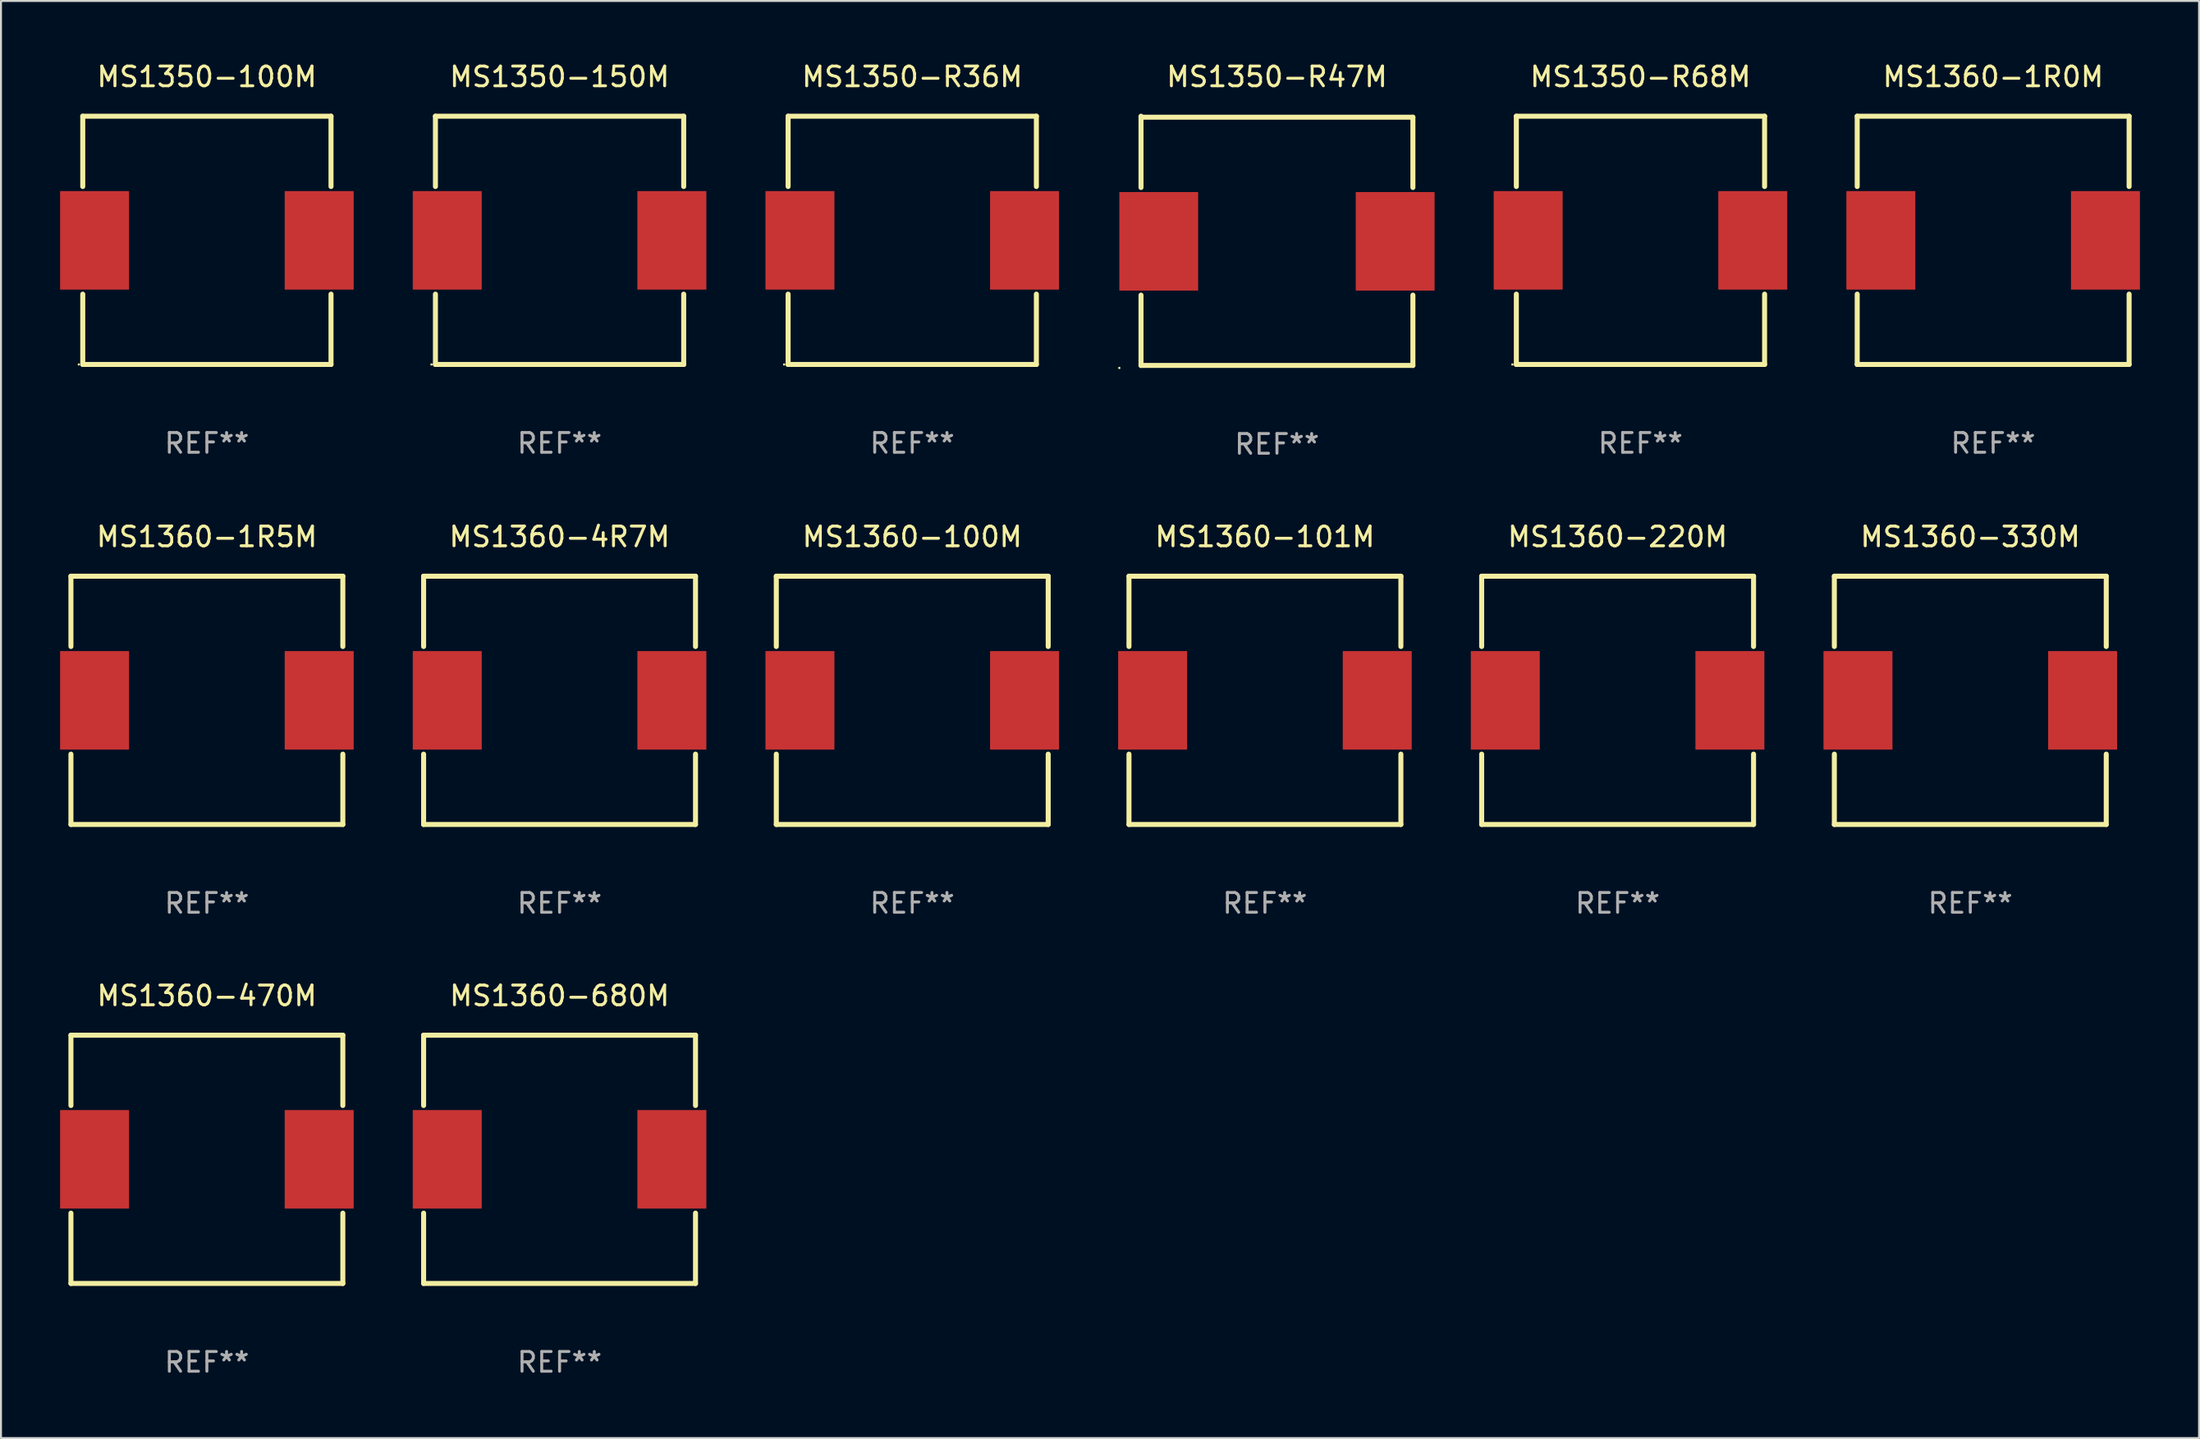
<source format=kicad_pcb>
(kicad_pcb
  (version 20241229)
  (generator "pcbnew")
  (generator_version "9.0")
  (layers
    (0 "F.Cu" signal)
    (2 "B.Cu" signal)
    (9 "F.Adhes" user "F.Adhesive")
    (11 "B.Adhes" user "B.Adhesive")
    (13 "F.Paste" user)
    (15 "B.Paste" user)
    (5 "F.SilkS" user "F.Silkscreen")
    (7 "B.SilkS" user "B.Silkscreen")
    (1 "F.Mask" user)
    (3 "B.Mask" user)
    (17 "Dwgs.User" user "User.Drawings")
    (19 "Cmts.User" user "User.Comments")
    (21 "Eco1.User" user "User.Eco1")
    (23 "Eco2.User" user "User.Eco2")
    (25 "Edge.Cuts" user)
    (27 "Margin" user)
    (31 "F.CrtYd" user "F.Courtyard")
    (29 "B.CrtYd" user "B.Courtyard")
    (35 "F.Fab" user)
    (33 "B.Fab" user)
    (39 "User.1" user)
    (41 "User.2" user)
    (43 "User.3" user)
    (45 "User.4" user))
  (footprint "MS1360-101M"
    (layer "F.Cu")
    (at 61.15 32.495)
    (property "Reference" "MS1360-101M" (at 0 -8.3 0) (layer "F.SilkS") (effects (font (size 1 1) (thickness 0.15))))
    (attr through_hole)
    (fp_line (start -6.9 -6.3) (end -6.9 -2.731) (stroke (width 0.254) (type solid)) (layer "F.SilkS"))
    (fp_line (start -6.9 -6.3) (end 6.9 -6.3) (stroke (width 0.254) (type solid)) (layer "F.SilkS"))
    (fp_line (start -6.9 2.731) (end -6.9 6.3) (stroke (width 0.254) (type solid)) (layer "F.SilkS"))
    (fp_line (start 6.9 -6.3) (end 6.9 -2.731) (stroke (width 0.254) (type solid)) (layer "F.SilkS"))
    (fp_line (start 6.9 2.731) (end 6.9 6.3) (stroke (width 0.254) (type solid)) (layer "F.SilkS"))
    (fp_line (start 6.9 6.3) (end -6.9 6.3) (stroke (width 0.254) (type solid)) (layer "F.SilkS"))
    (fp_circle (center -6.825 6.3) (end -6.795 6.3) (stroke (width 0.06) (type solid)) (fill no) (layer "F.SilkS"))
    (fp_text user "REF**" (at 0 10.3 0) (layer "F.Fab") (effects (font (size 1 1) (thickness 0.15))))
    (pad "1" smd rect (at -5.7 0 90) (size 5 3.5) (layers "F.Cu" "F.Mask" "F.Paste"))
    (pad "2" smd rect (at 5.7 0 90) (size 5 3.5) (layers "F.Cu" "F.Mask" "F.Paste")))
  (footprint "MS1360-4R7M"
    (layer "F.Cu")
    (at 25.35 32.495)
    (property "Reference" "MS1360-4R7M" (at 0 -8.3 0) (layer "F.SilkS") (effects (font (size 1 1) (thickness 0.15))))
    (attr through_hole)
    (fp_line (start -6.9 -6.3) (end -6.9 -2.731) (stroke (width 0.254) (type solid)) (layer "F.SilkS"))
    (fp_line (start -6.9 -6.3) (end 6.9 -6.3) (stroke (width 0.254) (type solid)) (layer "F.SilkS"))
    (fp_line (start -6.9 2.731) (end -6.9 6.3) (stroke (width 0.254) (type solid)) (layer "F.SilkS"))
    (fp_line (start 6.9 -6.3) (end 6.9 -2.731) (stroke (width 0.254) (type solid)) (layer "F.SilkS"))
    (fp_line (start 6.9 2.731) (end 6.9 6.3) (stroke (width 0.254) (type solid)) (layer "F.SilkS"))
    (fp_line (start 6.9 6.3) (end -6.9 6.3) (stroke (width 0.254) (type solid)) (layer "F.SilkS"))
    (fp_circle (center -6.825 6.3) (end -6.795 6.3) (stroke (width 0.06) (type solid)) (fill no) (layer "F.SilkS"))
    (fp_text user "REF**" (at 0 10.3 0) (layer "F.Fab") (effects (font (size 1 1) (thickness 0.15))))
    (pad "1" smd rect (at -5.7 0 90) (size 5 3.5) (layers "F.Cu" "F.Mask" "F.Paste"))
    (pad "2" smd rect (at 5.7 0 90) (size 5 3.5) (layers "F.Cu" "F.Mask" "F.Paste")))
  (footprint "MS1360-220M"
    (layer "F.Cu")
    (at 79.05 32.495)
    (property "Reference" "MS1360-220M" (at 0 -8.3 0) (layer "F.SilkS") (effects (font (size 1 1) (thickness 0.15))))
    (attr through_hole)
    (fp_line (start -6.9 -6.3) (end -6.9 -2.731) (stroke (width 0.254) (type solid)) (layer "F.SilkS"))
    (fp_line (start -6.9 -6.3) (end 6.9 -6.3) (stroke (width 0.254) (type solid)) (layer "F.SilkS"))
    (fp_line (start -6.9 2.731) (end -6.9 6.3) (stroke (width 0.254) (type solid)) (layer "F.SilkS"))
    (fp_line (start 6.9 -6.3) (end 6.9 -2.731) (stroke (width 0.254) (type solid)) (layer "F.SilkS"))
    (fp_line (start 6.9 2.731) (end 6.9 6.3) (stroke (width 0.254) (type solid)) (layer "F.SilkS"))
    (fp_line (start 6.9 6.3) (end -6.9 6.3) (stroke (width 0.254) (type solid)) (layer "F.SilkS"))
    (fp_circle (center -6.825 6.3) (end -6.795 6.3) (stroke (width 0.06) (type solid)) (fill no) (layer "F.SilkS"))
    (fp_text user "REF**" (at 0 10.3 0) (layer "F.Fab") (effects (font (size 1 1) (thickness 0.15))))
    (pad "1" smd rect (at -5.7 0 90) (size 5 3.5) (layers "F.Cu" "F.Mask" "F.Paste"))
    (pad "2" smd rect (at 5.7 0 90) (size 5 3.5) (layers "F.Cu" "F.Mask" "F.Paste")))
  (footprint "MS1360-1R0M"
    (layer "F.Cu")
    (at 98.11 9.148)
    (property "Reference" "MS1360-1R0M" (at 0 -8.3 0) (layer "F.SilkS") (effects (font (size 1 1) (thickness 0.15))))
    (attr through_hole)
    (fp_line (start -6.9 -6.3) (end -6.9 -2.731) (stroke (width 0.254) (type solid)) (layer "F.SilkS"))
    (fp_line (start -6.9 -6.3) (end 6.9 -6.3) (stroke (width 0.254) (type solid)) (layer "F.SilkS"))
    (fp_line (start -6.9 2.731) (end -6.9 6.3) (stroke (width 0.254) (type solid)) (layer "F.SilkS"))
    (fp_line (start 6.9 -6.3) (end 6.9 -2.731) (stroke (width 0.254) (type solid)) (layer "F.SilkS"))
    (fp_line (start 6.9 2.731) (end 6.9 6.3) (stroke (width 0.254) (type solid)) (layer "F.SilkS"))
    (fp_line (start 6.9 6.3) (end -6.9 6.3) (stroke (width 0.254) (type solid)) (layer "F.SilkS"))
    (fp_circle (center -6.825 6.3) (end -6.795 6.3) (stroke (width 0.06) (type solid)) (fill no) (layer "F.SilkS"))
    (fp_text user "REF**" (at 0 10.3 0) (layer "F.Fab") (effects (font (size 1 1) (thickness 0.15))))
    (pad "1" smd rect (at -5.7 0 90) (size 5 3.5) (layers "F.Cu" "F.Mask" "F.Paste"))
    (pad "2" smd rect (at 5.7 0 90) (size 5 3.5) (layers "F.Cu" "F.Mask" "F.Paste")))
  (footprint "MS1360-680M"
    (layer "F.Cu")
    (at 25.35 55.791)
    (property "Reference" "MS1360-680M" (at 0 -8.3 0) (layer "F.SilkS") (effects (font (size 1 1) (thickness 0.15))))
    (attr through_hole)
    (fp_line (start -6.9 -6.3) (end -6.9 -2.731) (stroke (width 0.254) (type solid)) (layer "F.SilkS"))
    (fp_line (start -6.9 -6.3) (end 6.9 -6.3) (stroke (width 0.254) (type solid)) (layer "F.SilkS"))
    (fp_line (start -6.9 2.731) (end -6.9 6.3) (stroke (width 0.254) (type solid)) (layer "F.SilkS"))
    (fp_line (start 6.9 -6.3) (end 6.9 -2.731) (stroke (width 0.254) (type solid)) (layer "F.SilkS"))
    (fp_line (start 6.9 2.731) (end 6.9 6.3) (stroke (width 0.254) (type solid)) (layer "F.SilkS"))
    (fp_line (start 6.9 6.3) (end -6.9 6.3) (stroke (width 0.254) (type solid)) (layer "F.SilkS"))
    (fp_circle (center -6.825 6.3) (end -6.795 6.3) (stroke (width 0.06) (type solid)) (fill no) (layer "F.SilkS"))
    (fp_text user "REF**" (at 0 10.3 0) (layer "F.Fab") (effects (font (size 1 1) (thickness 0.15))))
    (pad "1" smd rect (at -5.7 0 90) (size 5 3.5) (layers "F.Cu" "F.Mask" "F.Paste"))
    (pad "2" smd rect (at 5.7 0 90) (size 5 3.5) (layers "F.Cu" "F.Mask" "F.Paste")))
  (footprint "MS1350-150M"
    (layer "F.Cu")
    (at 25.35 9.148)
    (property "Reference" "MS1350-150M" (at 0 -8.3 0) (layer "F.SilkS") (effects (font (size 1 1) (thickness 0.15))))
    (attr through_hole)
    (fp_line (start -6.3 -6.3) (end 6.3 -6.3) (stroke (width 0.254) (type solid)) (layer "F.SilkS"))
    (fp_line (start -6.3 -2.731) (end -6.3 -6.3) (stroke (width 0.254) (type solid)) (layer "F.SilkS"))
    (fp_line (start -6.3 6.3) (end -6.3 2.731) (stroke (width 0.254) (type solid)) (layer "F.SilkS"))
    (fp_line (start 6.3 -6.3) (end 6.3 -2.731) (stroke (width 0.254) (type solid)) (layer "F.SilkS"))
    (fp_line (start 6.3 2.731) (end 6.3 6.3) (stroke (width 0.254) (type solid)) (layer "F.SilkS"))
    (fp_line (start 6.3 6.3) (end -6.3 6.3) (stroke (width 0.254) (type solid)) (layer "F.SilkS"))
    (fp_circle (center -6.5 6.3) (end -6.47 6.3) (stroke (width 0.06) (type solid)) (fill no) (layer "F.SilkS"))
    (fp_text user "REF**" (at 0 10.3 0) (layer "F.Fab") (effects (font (size 1 1) (thickness 0.15))))
    (pad "1" smd rect (at -5.7 0) (size 3.5 5) (layers "F.Cu" "F.Mask" "F.Paste"))
    (pad "2" smd rect (at 5.7 0) (size 3.5 5) (layers "F.Cu" "F.Mask" "F.Paste")))
  (footprint "MS1360-100M"
    (layer "F.Cu")
    (at 43.25 32.495)
    (property "Reference" "MS1360-100M" (at 0 -8.3 0) (layer "F.SilkS") (effects (font (size 1 1) (thickness 0.15))))
    (attr through_hole)
    (fp_line (start -6.9 -6.3) (end -6.9 -2.731) (stroke (width 0.254) (type solid)) (layer "F.SilkS"))
    (fp_line (start -6.9 -6.3) (end 6.9 -6.3) (stroke (width 0.254) (type solid)) (layer "F.SilkS"))
    (fp_line (start -6.9 2.731) (end -6.9 6.3) (stroke (width 0.254) (type solid)) (layer "F.SilkS"))
    (fp_line (start 6.9 -6.3) (end 6.9 -2.731) (stroke (width 0.254) (type solid)) (layer "F.SilkS"))
    (fp_line (start 6.9 2.731) (end 6.9 6.3) (stroke (width 0.254) (type solid)) (layer "F.SilkS"))
    (fp_line (start 6.9 6.3) (end -6.9 6.3) (stroke (width 0.254) (type solid)) (layer "F.SilkS"))
    (fp_circle (center -6.825 6.3) (end -6.795 6.3) (stroke (width 0.06) (type solid)) (fill no) (layer "F.SilkS"))
    (fp_text user "REF**" (at 0 10.3 0) (layer "F.Fab") (effects (font (size 1 1) (thickness 0.15))))
    (pad "1" smd rect (at -5.7 0 90) (size 5 3.5) (layers "F.Cu" "F.Mask" "F.Paste"))
    (pad "2" smd rect (at 5.7 0 90) (size 5 3.5) (layers "F.Cu" "F.Mask" "F.Paste")))
  (footprint "MS1350-R47M"
    (layer "F.Cu")
    (at 61.76 9.173)
    (property "Reference" "MS1350-R47M" (at 0 -8.325 0) (layer "F.SilkS") (effects (font (size 1 1) (thickness 0.15))))
    (attr through_hole)
    (fp_line (start -6.9 -6.275) (end 6.9 -6.275) (stroke (width 0.254) (type solid)) (layer "F.SilkS"))
    (fp_line (start -6.9 -2.706) (end -6.9 -6.325) (stroke (width 0.254) (type solid)) (layer "F.SilkS"))
    (fp_line (start -6.9 6.325) (end -6.9 2.756) (stroke (width 0.254) (type solid)) (layer "F.SilkS"))
    (fp_line (start 6.9 -2.706) (end 6.9 -6.275) (stroke (width 0.254) (type solid)) (layer "F.SilkS"))
    (fp_line (start 6.9 6.325) (end -6.9 6.325) (stroke (width 0.254) (type solid)) (layer "F.SilkS"))
    (fp_line (start 6.9 6.325) (end 6.9 2.756) (stroke (width 0.254) (type solid)) (layer "F.SilkS"))
    (fp_circle (center -8 6.452) (end -7.97 6.452) (stroke (width 0.06) (type solid)) (fill no) (layer "F.SilkS"))
    (fp_text user "REF**" (at 0 10.325 0) (layer "F.Fab") (effects (font (size 1 1) (thickness 0.15))))
    (pad "1" smd rect (at -6 0.025 90) (size 5 4) (layers "F.Cu" "F.Mask" "F.Paste"))
    (pad "2" smd rect (at 6 0.025 90) (size 5 4) (layers "F.Cu" "F.Mask" "F.Paste")))
  (footprint "MS1360-470M"
    (layer "F.Cu")
    (at 7.45 55.791)
    (property "Reference" "MS1360-470M" (at 0 -8.3 0) (layer "F.SilkS") (effects (font (size 1 1) (thickness 0.15))))
    (attr through_hole)
    (fp_line (start -6.9 -6.3) (end -6.9 -2.731) (stroke (width 0.254) (type solid)) (layer "F.SilkS"))
    (fp_line (start -6.9 -6.3) (end 6.9 -6.3) (stroke (width 0.254) (type solid)) (layer "F.SilkS"))
    (fp_line (start -6.9 2.731) (end -6.9 6.3) (stroke (width 0.254) (type solid)) (layer "F.SilkS"))
    (fp_line (start 6.9 -6.3) (end 6.9 -2.731) (stroke (width 0.254) (type solid)) (layer "F.SilkS"))
    (fp_line (start 6.9 2.731) (end 6.9 6.3) (stroke (width 0.254) (type solid)) (layer "F.SilkS"))
    (fp_line (start 6.9 6.3) (end -6.9 6.3) (stroke (width 0.254) (type solid)) (layer "F.SilkS"))
    (fp_circle (center -6.825 6.3) (end -6.795 6.3) (stroke (width 0.06) (type solid)) (fill no) (layer "F.SilkS"))
    (fp_text user "REF**" (at 0 10.3 0) (layer "F.Fab") (effects (font (size 1 1) (thickness 0.15))))
    (pad "1" smd rect (at -5.7 0 90) (size 5 3.5) (layers "F.Cu" "F.Mask" "F.Paste"))
    (pad "2" smd rect (at 5.7 0 90) (size 5 3.5) (layers "F.Cu" "F.Mask" "F.Paste")))
  (footprint "MS1360-1R5M"
    (layer "F.Cu")
    (at 7.45 32.495)
    (property "Reference" "MS1360-1R5M" (at 0 -8.3 0) (layer "F.SilkS") (effects (font (size 1 1) (thickness 0.15))))
    (attr through_hole)
    (fp_line (start -6.9 -6.3) (end -6.9 -2.731) (stroke (width 0.254) (type solid)) (layer "F.SilkS"))
    (fp_line (start -6.9 -6.3) (end 6.9 -6.3) (stroke (width 0.254) (type solid)) (layer "F.SilkS"))
    (fp_line (start -6.9 2.731) (end -6.9 6.3) (stroke (width 0.254) (type solid)) (layer "F.SilkS"))
    (fp_line (start 6.9 -6.3) (end 6.9 -2.731) (stroke (width 0.254) (type solid)) (layer "F.SilkS"))
    (fp_line (start 6.9 2.731) (end 6.9 6.3) (stroke (width 0.254) (type solid)) (layer "F.SilkS"))
    (fp_line (start 6.9 6.3) (end -6.9 6.3) (stroke (width 0.254) (type solid)) (layer "F.SilkS"))
    (fp_circle (center -6.825 6.3) (end -6.795 6.3) (stroke (width 0.06) (type solid)) (fill no) (layer "F.SilkS"))
    (fp_text user "REF**" (at 0 10.3 0) (layer "F.Fab") (effects (font (size 1 1) (thickness 0.15))))
    (pad "1" smd rect (at -5.7 0 90) (size 5 3.5) (layers "F.Cu" "F.Mask" "F.Paste"))
    (pad "2" smd rect (at 5.7 0 90) (size 5 3.5) (layers "F.Cu" "F.Mask" "F.Paste")))
  (footprint "MS1360-330M"
    (layer "F.Cu")
    (at 96.95 32.495)
    (property "Reference" "MS1360-330M" (at 0 -8.3 0) (layer "F.SilkS") (effects (font (size 1 1) (thickness 0.15))))
    (attr through_hole)
    (fp_line (start -6.9 -6.3) (end -6.9 -2.731) (stroke (width 0.254) (type solid)) (layer "F.SilkS"))
    (fp_line (start -6.9 -6.3) (end 6.9 -6.3) (stroke (width 0.254) (type solid)) (layer "F.SilkS"))
    (fp_line (start -6.9 2.731) (end -6.9 6.3) (stroke (width 0.254) (type solid)) (layer "F.SilkS"))
    (fp_line (start 6.9 -6.3) (end 6.9 -2.731) (stroke (width 0.254) (type solid)) (layer "F.SilkS"))
    (fp_line (start 6.9 2.731) (end 6.9 6.3) (stroke (width 0.254) (type solid)) (layer "F.SilkS"))
    (fp_line (start 6.9 6.3) (end -6.9 6.3) (stroke (width 0.254) (type solid)) (layer "F.SilkS"))
    (fp_circle (center -6.825 6.3) (end -6.795 6.3) (stroke (width 0.06) (type solid)) (fill no) (layer "F.SilkS"))
    (fp_text user "REF**" (at 0 10.3 0) (layer "F.Fab") (effects (font (size 1 1) (thickness 0.15))))
    (pad "1" smd rect (at -5.7 0 90) (size 5 3.5) (layers "F.Cu" "F.Mask" "F.Paste"))
    (pad "2" smd rect (at 5.7 0 90) (size 5 3.5) (layers "F.Cu" "F.Mask" "F.Paste")))
  (footprint "MS1350-R68M"
    (layer "F.Cu")
    (at 80.21 9.148)
    (property "Reference" "MS1350-R68M" (at 0 -8.3 0) (layer "F.SilkS") (effects (font (size 1 1) (thickness 0.15))))
    (attr through_hole)
    (fp_line (start -6.3 -6.3) (end 6.3 -6.3) (stroke (width 0.254) (type solid)) (layer "F.SilkS"))
    (fp_line (start -6.3 -2.731) (end -6.3 -6.3) (stroke (width 0.254) (type solid)) (layer "F.SilkS"))
    (fp_line (start -6.3 6.3) (end -6.3 2.731) (stroke (width 0.254) (type solid)) (layer "F.SilkS"))
    (fp_line (start 6.3 -6.3) (end 6.3 -2.731) (stroke (width 0.254) (type solid)) (layer "F.SilkS"))
    (fp_line (start 6.3 2.731) (end 6.3 6.3) (stroke (width 0.254) (type solid)) (layer "F.SilkS"))
    (fp_line (start 6.3 6.3) (end -6.3 6.3) (stroke (width 0.254) (type solid)) (layer "F.SilkS"))
    (fp_circle (center -6.5 6.3) (end -6.47 6.3) (stroke (width 0.06) (type solid)) (fill no) (layer "F.SilkS"))
    (fp_text user "REF**" (at 0 10.3 0) (layer "F.Fab") (effects (font (size 1 1) (thickness 0.15))))
    (pad "1" smd rect (at -5.7 0) (size 3.5 5) (layers "F.Cu" "F.Mask" "F.Paste"))
    (pad "2" smd rect (at 5.7 0) (size 3.5 5) (layers "F.Cu" "F.Mask" "F.Paste")))
  (footprint "MS1350-R36M"
    (layer "F.Cu")
    (at 43.25 9.148)
    (property "Reference" "MS1350-R36M" (at 0 -8.3 0) (layer "F.SilkS") (effects (font (size 1 1) (thickness 0.15))))
    (attr through_hole)
    (fp_line (start -6.3 -6.3) (end 6.3 -6.3) (stroke (width 0.254) (type solid)) (layer "F.SilkS"))
    (fp_line (start -6.3 -2.731) (end -6.3 -6.3) (stroke (width 0.254) (type solid)) (layer "F.SilkS"))
    (fp_line (start -6.3 6.3) (end -6.3 2.731) (stroke (width 0.254) (type solid)) (layer "F.SilkS"))
    (fp_line (start 6.3 -6.3) (end 6.3 -2.731) (stroke (width 0.254) (type solid)) (layer "F.SilkS"))
    (fp_line (start 6.3 2.731) (end 6.3 6.3) (stroke (width 0.254) (type solid)) (layer "F.SilkS"))
    (fp_line (start 6.3 6.3) (end -6.3 6.3) (stroke (width 0.254) (type solid)) (layer "F.SilkS"))
    (fp_circle (center -6.5 6.3) (end -6.47 6.3) (stroke (width 0.06) (type solid)) (fill no) (layer "F.SilkS"))
    (fp_text user "REF**" (at 0 10.3 0) (layer "F.Fab") (effects (font (size 1 1) (thickness 0.15))))
    (pad "1" smd rect (at -5.7 0) (size 3.5 5) (layers "F.Cu" "F.Mask" "F.Paste"))
    (pad "2" smd rect (at 5.7 0) (size 3.5 5) (layers "F.Cu" "F.Mask" "F.Paste")))
  (footprint "MS1350-100M"
    (layer "F.Cu")
    (at 7.45 9.148)
    (property "Reference" "MS1350-100M" (at 0 -8.3 0) (layer "F.SilkS") (effects (font (size 1 1) (thickness 0.15))))
    (attr through_hole)
    (fp_line (start -6.3 -6.3) (end 6.3 -6.3) (stroke (width 0.254) (type solid)) (layer "F.SilkS"))
    (fp_line (start -6.3 -2.731) (end -6.3 -6.3) (stroke (width 0.254) (type solid)) (layer "F.SilkS"))
    (fp_line (start -6.3 6.3) (end -6.3 2.731) (stroke (width 0.254) (type solid)) (layer "F.SilkS"))
    (fp_line (start 6.3 -6.3) (end 6.3 -2.731) (stroke (width 0.254) (type solid)) (layer "F.SilkS"))
    (fp_line (start 6.3 2.731) (end 6.3 6.3) (stroke (width 0.254) (type solid)) (layer "F.SilkS"))
    (fp_line (start 6.3 6.3) (end -6.3 6.3) (stroke (width 0.254) (type solid)) (layer "F.SilkS"))
    (fp_circle (center -6.5 6.3) (end -6.47 6.3) (stroke (width 0.06) (type solid)) (fill no) (layer "F.SilkS"))
    (fp_text user "REF**" (at 0 10.3 0) (layer "F.Fab") (effects (font (size 1 1) (thickness 0.15))))
    (pad "1" smd rect (at -5.7 0) (size 3.5 5) (layers "F.Cu" "F.Mask" "F.Paste"))
    (pad "2" smd rect (at 5.7 0) (size 3.5 5) (layers "F.Cu" "F.Mask" "F.Paste")))
  (gr_rect
    (start -3 -3)
    (end 108.56 69.939)
    (stroke (width 0.1) (type default))
    (fill no)
    (layer "Edge.Cuts")))
</source>
